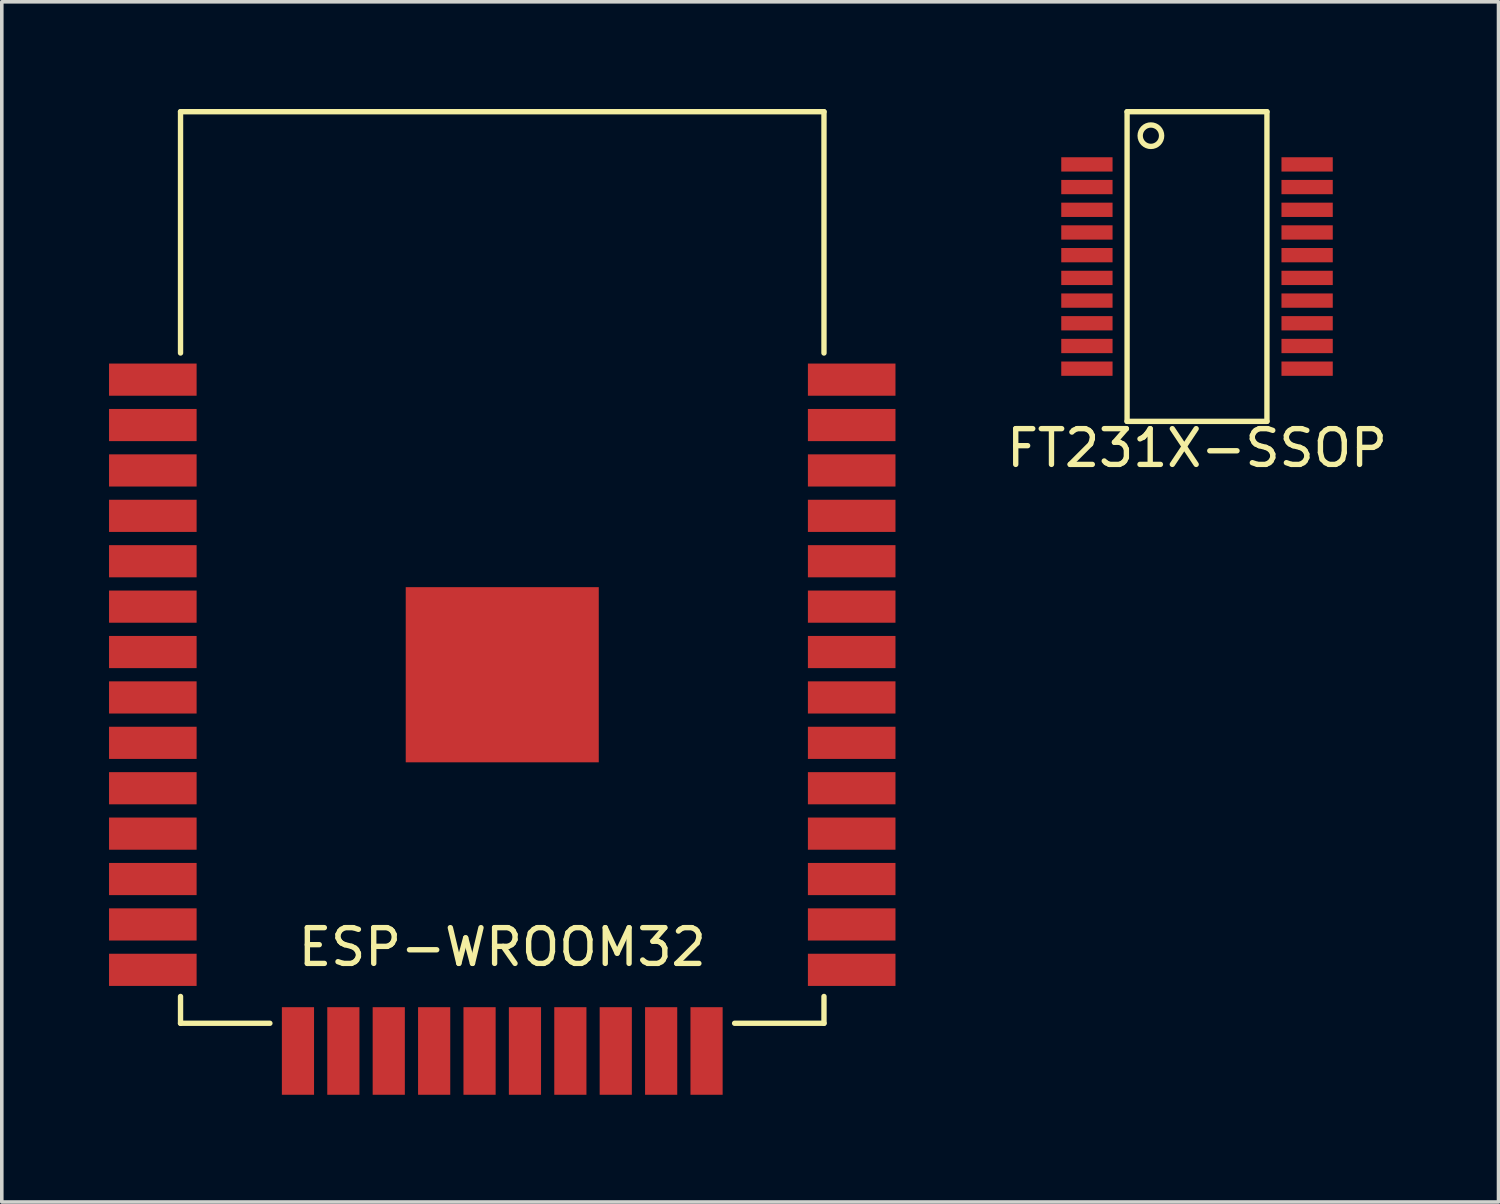
<source format=kicad_pcb>
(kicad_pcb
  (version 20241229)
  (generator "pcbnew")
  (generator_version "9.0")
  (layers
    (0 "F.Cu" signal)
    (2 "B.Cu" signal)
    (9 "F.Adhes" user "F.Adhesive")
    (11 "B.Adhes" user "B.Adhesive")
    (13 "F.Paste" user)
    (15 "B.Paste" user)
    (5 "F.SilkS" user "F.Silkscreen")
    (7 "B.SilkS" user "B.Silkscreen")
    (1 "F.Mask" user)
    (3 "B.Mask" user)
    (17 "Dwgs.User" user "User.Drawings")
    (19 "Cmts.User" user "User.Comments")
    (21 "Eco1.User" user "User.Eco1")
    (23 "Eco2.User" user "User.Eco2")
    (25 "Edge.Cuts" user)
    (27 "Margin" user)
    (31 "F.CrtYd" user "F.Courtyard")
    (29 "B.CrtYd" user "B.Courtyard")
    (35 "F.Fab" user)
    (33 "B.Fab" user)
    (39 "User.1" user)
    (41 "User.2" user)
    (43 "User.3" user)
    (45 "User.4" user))
  (footprint "ESP-WROOM32"
    (layer "F.Cu")
    (at 11 15.825)
    (property "Reference" "ESP-WROOM32" (at 0 7.62 0) (layer "F.SilkS") (effects (font (size 1 1) (thickness 0.15))))
    (attr through_hole)
    (fp_line (start -9 -15.75) (end -9 -9) (stroke (width 0.15) (type solid)) (layer "F.SilkS"))
    (fp_line (start -9 -15.75) (end 9 -15.75) (stroke (width 0.15) (type solid)) (layer "F.SilkS"))
    (fp_line (start -9 9) (end -9 9.75) (stroke (width 0.15) (type solid)) (layer "F.SilkS"))
    (fp_line (start -9 9.75) (end -6.5 9.75) (stroke (width 0.15) (type solid)) (layer "F.SilkS"))
    (fp_line (start 6.5 9.75) (end 9 9.75) (stroke (width 0.15) (type solid)) (layer "F.SilkS"))
    (fp_line (start 9 -15.75) (end 9 -9) (stroke (width 0.15) (type solid)) (layer "F.SilkS"))
    (fp_line (start 9 9) (end 9 9.75) (stroke (width 0.15) (type solid)) (layer "F.SilkS"))
    (pad "1" smd rect (at -9.775 -8.255) (size 2.45 0.9) (layers "F.Cu" "F.Mask" "F.Paste"))
    (pad "2" smd rect (at -9.775 -6.985) (size 2.45 0.9) (layers "F.Cu" "F.Mask" "F.Paste"))
    (pad "3" smd rect (at -9.775 -5.715) (size 2.45 0.9) (layers "F.Cu" "F.Mask" "F.Paste"))
    (pad "4" smd rect (at -9.775 -4.445) (size 2.45 0.9) (layers "F.Cu" "F.Mask" "F.Paste"))
    (pad "5" smd rect (at -9.775 -3.175) (size 2.45 0.9) (layers "F.Cu" "F.Mask" "F.Paste"))
    (pad "6" smd rect (at -9.775 -1.905) (size 2.45 0.9) (layers "F.Cu" "F.Mask" "F.Paste"))
    (pad "7" smd rect (at -9.775 -0.635) (size 2.45 0.9) (layers "F.Cu" "F.Mask" "F.Paste"))
    (pad "8" smd rect (at -9.775 0.635) (size 2.45 0.9) (layers "F.Cu" "F.Mask" "F.Paste"))
    (pad "9" smd rect (at -9.775 1.905) (size 2.45 0.9) (layers "F.Cu" "F.Mask" "F.Paste"))
    (pad "10" smd rect (at -9.775 3.175) (size 2.45 0.9) (layers "F.Cu" "F.Mask" "F.Paste"))
    (pad "11" smd rect (at -9.775 4.445) (size 2.45 0.9) (layers "F.Cu" "F.Mask" "F.Paste"))
    (pad "12" smd rect (at -9.775 5.715) (size 2.45 0.9) (layers "F.Cu" "F.Mask" "F.Paste"))
    (pad "13" smd rect (at -9.775 6.985) (size 2.45 0.9) (layers "F.Cu" "F.Mask" "F.Paste"))
    (pad "14" smd rect (at -9.775 8.255) (size 2.45 0.9) (layers "F.Cu" "F.Mask" "F.Paste"))
    (pad "15" smd rect (at -5.715 10.525) (size 0.9 2.45) (layers "F.Cu" "F.Mask" "F.Paste"))
    (pad "16" smd rect (at -4.445 10.525) (size 0.9 2.45) (layers "F.Cu" "F.Mask" "F.Paste"))
    (pad "17" smd rect (at -3.175 10.525) (size 0.9 2.45) (layers "F.Cu" "F.Mask" "F.Paste"))
    (pad "18" smd rect (at -1.905 10.525) (size 0.9 2.45) (layers "F.Cu" "F.Mask" "F.Paste"))
    (pad "19" smd rect (at -0.635 10.525) (size 0.9 2.45) (layers "F.Cu" "F.Mask" "F.Paste"))
    (pad "20" smd rect (at 0.635 10.525) (size 0.9 2.45) (layers "F.Cu" "F.Mask" "F.Paste"))
    (pad "21" smd rect (at 1.905 10.525) (size 0.9 2.45) (layers "F.Cu" "F.Mask" "F.Paste"))
    (pad "22" smd rect (at 3.175 10.525) (size 0.9 2.45) (layers "F.Cu" "F.Mask" "F.Paste"))
    (pad "23" smd rect (at 4.445 10.525) (size 0.9 2.45) (layers "F.Cu" "F.Mask" "F.Paste"))
    (pad "24" smd rect (at 5.715 10.525) (size 0.9 2.45) (layers "F.Cu" "F.Mask" "F.Paste"))
    (pad "25" smd rect (at 9.775 8.255) (size 2.45 0.9) (layers "F.Cu" "F.Mask" "F.Paste"))
    (pad "26" smd rect (at 9.775 6.985) (size 2.45 0.9) (layers "F.Cu" "F.Mask" "F.Paste"))
    (pad "27" smd rect (at 9.775 5.715) (size 2.45 0.9) (layers "F.Cu" "F.Mask" "F.Paste"))
    (pad "28" smd rect (at 9.775 4.445) (size 2.45 0.9) (layers "F.Cu" "F.Mask" "F.Paste"))
    (pad "29" smd rect (at 9.775 3.175) (size 2.45 0.9) (layers "F.Cu" "F.Mask" "F.Paste"))
    (pad "30" smd rect (at 9.775 1.905) (size 2.45 0.9) (layers "F.Cu" "F.Mask" "F.Paste"))
    (pad "31" smd rect (at 9.775 0.635) (size 2.45 0.9) (layers "F.Cu" "F.Mask" "F.Paste"))
    (pad "32" smd rect (at 9.775 -0.635) (size 2.45 0.9) (layers "F.Cu" "F.Mask" "F.Paste"))
    (pad "33" smd rect (at 9.775 -1.905) (size 2.45 0.9) (layers "F.Cu" "F.Mask" "F.Paste"))
    (pad "34" smd rect (at 9.775 -3.175) (size 2.45 0.9) (layers "F.Cu" "F.Mask" "F.Paste"))
    (pad "35" smd rect (at 9.775 -4.445) (size 2.45 0.9) (layers "F.Cu" "F.Mask" "F.Paste"))
    (pad "36" smd rect (at 9.775 -5.715) (size 2.45 0.9) (layers "F.Cu" "F.Mask" "F.Paste"))
    (pad "37" smd rect (at 9.775 -6.985) (size 2.45 0.9) (layers "F.Cu" "F.Mask" "F.Paste"))
    (pad "38" smd rect (at 9.775 -8.255) (size 2.45 0.9) (layers "F.Cu" "F.Mask" "F.Paste"))
    (pad "39" smd rect (at 0 0) (size 5.4 4.9) (layers "F.Cu" "F.Mask" "F.Paste")))
  (footprint "FT231X-SSOP"
    (layer "F.Cu")
    (at 30.435 4.406)
    (property "Reference" "FT231X-SSOP" (at 0 5.08 0) (layer "F.SilkS") (effects (font (size 1 1) (thickness 0.15))))
    (attr through_hole)
    (fp_line (start -1.956 -4.331) (end 1.956 -4.331) (stroke (width 0.15) (type solid)) (layer "F.SilkS"))
    (fp_line (start -1.956 4.331) (end -1.956 -4.331) (stroke (width 0.15) (type solid)) (layer "F.SilkS"))
    (fp_line (start -1.956 4.331) (end 1.956 4.331) (stroke (width 0.15) (type solid)) (layer "F.SilkS"))
    (fp_line (start 1.956 4.331) (end 1.956 -4.331) (stroke (width 0.15) (type solid)) (layer "F.SilkS"))
    (fp_circle (center -1.29 -3.66) (end -1.29 -3.36) (stroke (width 0.15) (type solid)) (fill no) (layer "F.SilkS"))
    (pad "1" smd rect (at -3.08 -2.857) (size 1.435 0.4) (layers "F.Cu" "F.Mask" "F.Paste"))
    (pad "2" smd rect (at -3.08 -2.223) (size 1.435 0.4) (layers "F.Cu" "F.Mask" "F.Paste"))
    (pad "3" smd rect (at -3.08 -1.587) (size 1.435 0.4) (layers "F.Cu" "F.Mask" "F.Paste"))
    (pad "4" smd rect (at -3.08 -0.953) (size 1.435 0.4) (layers "F.Cu" "F.Mask" "F.Paste"))
    (pad "5" smd rect (at -3.08 -0.318) (size 1.435 0.4) (layers "F.Cu" "F.Mask" "F.Paste"))
    (pad "6" smd rect (at -3.08 0.318) (size 1.435 0.4) (layers "F.Cu" "F.Mask" "F.Paste"))
    (pad "7" smd rect (at -3.08 0.953) (size 1.435 0.4) (layers "F.Cu" "F.Mask" "F.Paste"))
    (pad "8" smd rect (at -3.08 1.587) (size 1.435 0.4) (layers "F.Cu" "F.Mask" "F.Paste"))
    (pad "9" smd rect (at -3.08 2.223) (size 1.435 0.4) (layers "F.Cu" "F.Mask" "F.Paste"))
    (pad "10" smd rect (at -3.08 2.857) (size 1.435 0.4) (layers "F.Cu" "F.Mask" "F.Paste"))
    (pad "11" smd rect (at 3.08 2.857) (size 1.435 0.4) (layers "F.Cu" "F.Mask" "F.Paste"))
    (pad "12" smd rect (at 3.08 2.223) (size 1.435 0.4) (layers "F.Cu" "F.Mask" "F.Paste"))
    (pad "13" smd rect (at 3.08 1.587) (size 1.435 0.4) (layers "F.Cu" "F.Mask" "F.Paste"))
    (pad "14" smd rect (at 3.08 0.953) (size 1.435 0.4) (layers "F.Cu" "F.Mask" "F.Paste"))
    (pad "15" smd rect (at 3.08 0.318) (size 1.435 0.4) (layers "F.Cu" "F.Mask" "F.Paste"))
    (pad "16" smd rect (at 3.08 -0.318) (size 1.435 0.4) (layers "F.Cu" "F.Mask" "F.Paste"))
    (pad "17" smd rect (at 3.08 -0.953) (size 1.435 0.4) (layers "F.Cu" "F.Mask" "F.Paste"))
    (pad "18" smd rect (at 3.08 -1.587) (size 1.435 0.4) (layers "F.Cu" "F.Mask" "F.Paste"))
    (pad "19" smd rect (at 3.08 -2.223) (size 1.435 0.4) (layers "F.Cu" "F.Mask" "F.Paste"))
    (pad "20" smd rect (at 3.08 -2.857) (size 1.435 0.4) (layers "F.Cu" "F.Mask" "F.Paste")))
  (gr_rect
    (start -3 -3)
    (end 38.869 30.575)
    (stroke (width 0.1) (type default))
    (fill no)
    (layer "Edge.Cuts")))
</source>
